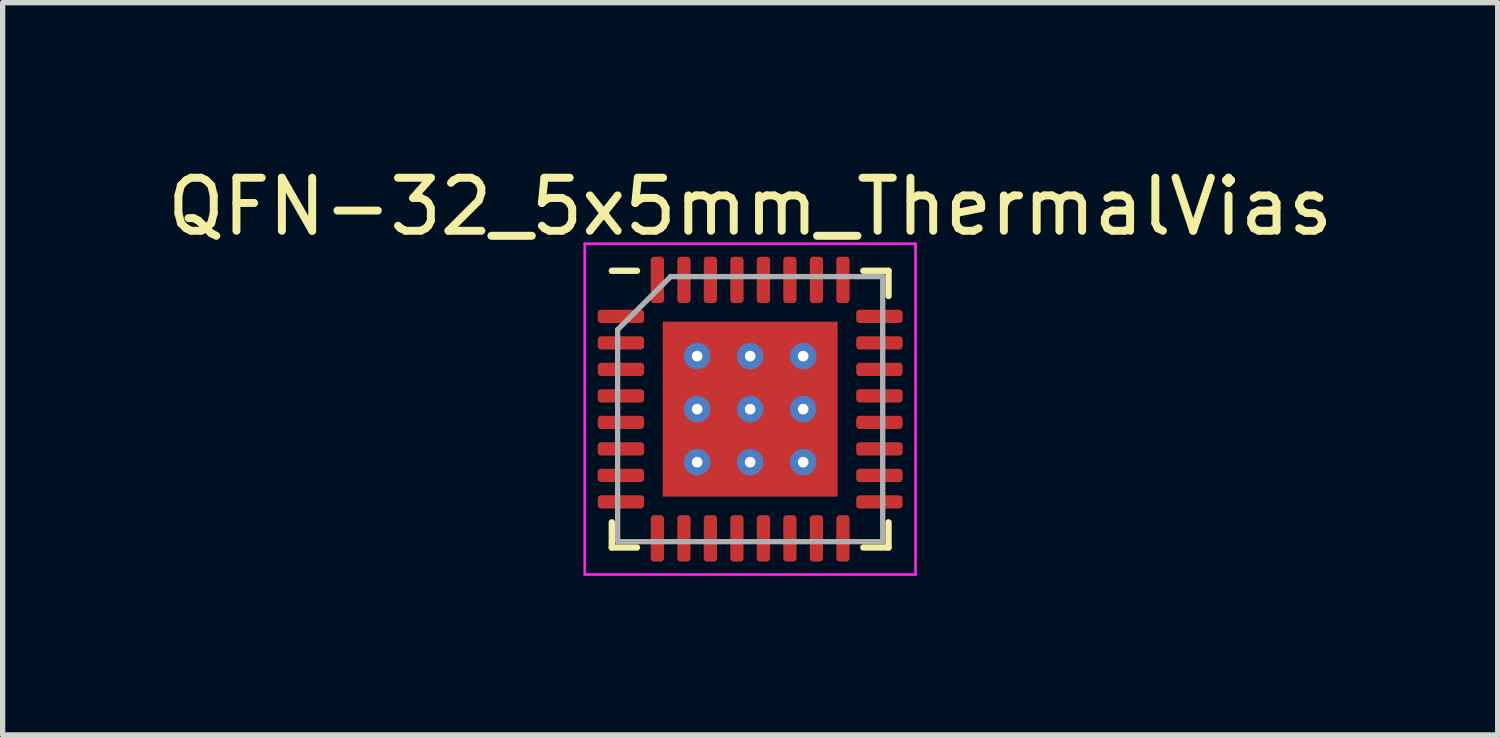
<source format=kicad_pcb>
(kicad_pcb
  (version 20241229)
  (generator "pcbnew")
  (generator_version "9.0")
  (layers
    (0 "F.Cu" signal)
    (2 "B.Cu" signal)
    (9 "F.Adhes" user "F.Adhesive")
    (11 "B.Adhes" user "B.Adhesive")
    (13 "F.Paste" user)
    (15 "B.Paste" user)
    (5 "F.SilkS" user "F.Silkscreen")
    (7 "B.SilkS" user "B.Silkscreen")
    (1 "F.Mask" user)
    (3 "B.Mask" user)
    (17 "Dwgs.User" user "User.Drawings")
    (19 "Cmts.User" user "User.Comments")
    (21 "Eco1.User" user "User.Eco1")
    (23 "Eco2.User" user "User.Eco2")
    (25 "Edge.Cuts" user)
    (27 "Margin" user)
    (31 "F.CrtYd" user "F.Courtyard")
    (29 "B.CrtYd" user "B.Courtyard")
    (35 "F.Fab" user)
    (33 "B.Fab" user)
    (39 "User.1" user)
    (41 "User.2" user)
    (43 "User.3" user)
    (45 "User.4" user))
  (footprint "QFN-32_5x5mm_ThermalVias"
    (layer "F.Cu")
    (at 11.101 4.668)
    (property "Reference" "QFN-32_5x5mm_ThermalVias" (at 0 -3.82 0) (layer "F.SilkS") (effects (font (size 1 1) (thickness 0.15))))
    (attr smd)
    (fp_line (start -2.61 2.61) (end -2.61 2.135) (stroke (width 0.12) (type solid)) (layer "F.SilkS"))
    (fp_line (start -2.135 -2.61) (end -2.61 -2.61) (stroke (width 0.12) (type solid)) (layer "F.SilkS"))
    (fp_line (start -2.135 2.61) (end -2.61 2.61) (stroke (width 0.12) (type solid)) (layer "F.SilkS"))
    (fp_line (start 2.135 -2.61) (end 2.61 -2.61) (stroke (width 0.12) (type solid)) (layer "F.SilkS"))
    (fp_line (start 2.135 2.61) (end 2.61 2.61) (stroke (width 0.12) (type solid)) (layer "F.SilkS"))
    (fp_line (start 2.61 -2.61) (end 2.61 -2.135) (stroke (width 0.12) (type solid)) (layer "F.SilkS"))
    (fp_line (start 2.61 2.61) (end 2.61 2.135) (stroke (width 0.12) (type solid)) (layer "F.SilkS"))
    (fp_line (start -3.12 -3.12) (end -3.12 3.12) (stroke (width 0.05) (type solid)) (layer "F.CrtYd"))
    (fp_line (start -3.12 3.12) (end 3.12 3.12) (stroke (width 0.05) (type solid)) (layer "F.CrtYd"))
    (fp_line (start 3.12 -3.12) (end -3.12 -3.12) (stroke (width 0.05) (type solid)) (layer "F.CrtYd"))
    (fp_line (start 3.12 3.12) (end 3.12 -3.12) (stroke (width 0.05) (type solid)) (layer "F.CrtYd"))
    (fp_line (start -2.5 -1.5) (end -1.5 -2.5) (stroke (width 0.1) (type solid)) (layer "F.Fab"))
    (fp_line (start -2.5 2.5) (end -2.5 -1.5) (stroke (width 0.1) (type solid)) (layer "F.Fab"))
    (fp_line (start -1.5 -2.5) (end 2.5 -2.5) (stroke (width 0.1) (type solid)) (layer "F.Fab"))
    (fp_line (start 2.5 -2.5) (end 2.5 2.5) (stroke (width 0.1) (type solid)) (layer "F.Fab"))
    (fp_line (start 2.5 2.5) (end -2.5 2.5) (stroke (width 0.1) (type solid)) (layer "F.Fab"))
    (pad "" smd custom (at -1.325 -1.325) (size 0.413 0.413) (layers "F.Paste") (options (anchor circle)) (primitives (gr_poly (pts (xy -0.151 -0.151) (xy 0.151 -0.151) (xy 0.151 0.059) (xy 0.059 0.151) (xy -0.151 0.151)) (width 0.222) (fill yes))))
    (pad "" smd custom (at -1.325 -0.5) (size 0.437 0.437) (layers "F.Paste") (options (anchor circle)) (primitives (gr_poly (pts (xy -0.175 -0.316) (xy 0.103 -0.316) (xy 0.175 -0.244) (xy 0.175 0.244) (xy 0.103 0.316) (xy -0.175 0.316)) (width 0.174) (fill yes))))
    (pad "" smd custom (at -1.325 0.5) (size 0.437 0.437) (layers "F.Paste") (options (anchor circle)) (primitives (gr_poly (pts (xy -0.175 -0.316) (xy 0.103 -0.316) (xy 0.175 -0.244) (xy 0.175 0.244) (xy 0.103 0.316) (xy -0.175 0.316)) (width 0.174) (fill yes))))
    (pad "" smd custom (at -1.325 1.325) (size 0.413 0.413) (layers "F.Paste") (options (anchor circle)) (primitives (gr_poly (pts (xy -0.151 -0.151) (xy 0.059 -0.151) (xy 0.151 -0.059) (xy 0.151 0.151) (xy -0.151 0.151)) (width 0.222) (fill yes))))
    (pad "" smd custom (at -0.5 -1.325) (size 0.437 0.437) (layers "F.Paste") (options (anchor circle)) (primitives (gr_poly (pts (xy -0.316 -0.175) (xy 0.316 -0.175) (xy 0.316 0.103) (xy 0.244 0.175) (xy -0.244 0.175) (xy -0.316 0.103)) (width 0.174) (fill yes))))
    (pad "" smd roundrect (at -0.5 -0.5) (size 0.806 0.806) (layers "F.Paste") (roundrect_rratio 0.25))
    (pad "" smd roundrect (at -0.5 0.5) (size 0.806 0.806) (layers "F.Paste") (roundrect_rratio 0.25))
    (pad "" smd custom (at -0.5 1.325) (size 0.437 0.437) (layers "F.Paste") (options (anchor circle)) (primitives (gr_poly (pts (xy -0.316 -0.103) (xy -0.244 -0.175) (xy 0.244 -0.175) (xy 0.316 -0.103) (xy 0.316 0.175) (xy -0.316 0.175)) (width 0.174) (fill yes))))
    (pad "" smd custom (at 0.5 -1.325) (size 0.437 0.437) (layers "F.Paste") (options (anchor circle)) (primitives (gr_poly (pts (xy -0.316 -0.175) (xy 0.316 -0.175) (xy 0.316 0.103) (xy 0.244 0.175) (xy -0.244 0.175) (xy -0.316 0.103)) (width 0.174) (fill yes))))
    (pad "" smd roundrect (at 0.5 -0.5) (size 0.806 0.806) (layers "F.Paste") (roundrect_rratio 0.25))
    (pad "" smd roundrect (at 0.5 0.5) (size 0.806 0.806) (layers "F.Paste") (roundrect_rratio 0.25))
    (pad "" smd custom (at 0.5 1.325) (size 0.437 0.437) (layers "F.Paste") (options (anchor circle)) (primitives (gr_poly (pts (xy -0.316 -0.103) (xy -0.244 -0.175) (xy 0.244 -0.175) (xy 0.316 -0.103) (xy 0.316 0.175) (xy -0.316 0.175)) (width 0.174) (fill yes))))
    (pad "" smd custom (at 1.325 -1.325) (size 0.413 0.413) (layers "F.Paste") (options (anchor circle)) (primitives (gr_poly (pts (xy -0.151 -0.151) (xy 0.151 -0.151) (xy 0.151 0.151) (xy -0.059 0.151) (xy -0.151 0.059)) (width 0.222) (fill yes))))
    (pad "" smd custom (at 1.325 -0.5) (size 0.437 0.437) (layers "F.Paste") (options (anchor circle)) (primitives (gr_poly (pts (xy -0.175 -0.244) (xy -0.103 -0.316) (xy 0.175 -0.316) (xy 0.175 0.316) (xy -0.103 0.316) (xy -0.175 0.244)) (width 0.174) (fill yes))))
    (pad "" smd custom (at 1.325 0.5) (size 0.437 0.437) (layers "F.Paste") (options (anchor circle)) (primitives (gr_poly (pts (xy -0.175 -0.244) (xy -0.103 -0.316) (xy 0.175 -0.316) (xy 0.175 0.316) (xy -0.103 0.316) (xy -0.175 0.244)) (width 0.174) (fill yes))))
    (pad "" smd custom (at 1.325 1.325) (size 0.413 0.413) (layers "F.Paste") (options (anchor circle)) (primitives (gr_poly (pts (xy -0.151 -0.059) (xy -0.059 -0.151) (xy 0.151 -0.151) (xy 0.151 0.151) (xy -0.151 0.151)) (width 0.222) (fill yes))))
    (pad "1" smd roundrect (at -2.438 -1.75) (size 0.875 0.25) (layers "F.Cu" "F.Mask" "F.Paste") (roundrect_rratio 0.25))
    (pad "2" smd roundrect (at -2.438 -1.25) (size 0.875 0.25) (layers "F.Cu" "F.Mask" "F.Paste") (roundrect_rratio 0.25))
    (pad "3" smd roundrect (at -2.438 -0.75) (size 0.875 0.25) (layers "F.Cu" "F.Mask" "F.Paste") (roundrect_rratio 0.25))
    (pad "4" smd roundrect (at -2.438 -0.25) (size 0.875 0.25) (layers "F.Cu" "F.Mask" "F.Paste") (roundrect_rratio 0.25))
    (pad "5" smd roundrect (at -2.438 0.25) (size 0.875 0.25) (layers "F.Cu" "F.Mask" "F.Paste") (roundrect_rratio 0.25))
    (pad "6" smd roundrect (at -2.438 0.75) (size 0.875 0.25) (layers "F.Cu" "F.Mask" "F.Paste") (roundrect_rratio 0.25))
    (pad "7" smd roundrect (at -2.438 1.25) (size 0.875 0.25) (layers "F.Cu" "F.Mask" "F.Paste") (roundrect_rratio 0.25))
    (pad "8" smd roundrect (at -2.438 1.75) (size 0.875 0.25) (layers "F.Cu" "F.Mask" "F.Paste") (roundrect_rratio 0.25))
    (pad "9" smd roundrect (at -1.75 2.438) (size 0.25 0.875) (layers "F.Cu" "F.Mask" "F.Paste") (roundrect_rratio 0.25))
    (pad "10" smd roundrect (at -1.25 2.438) (size 0.25 0.875) (layers "F.Cu" "F.Mask" "F.Paste") (roundrect_rratio 0.25))
    (pad "11" smd roundrect (at -0.75 2.438) (size 0.25 0.875) (layers "F.Cu" "F.Mask" "F.Paste") (roundrect_rratio 0.25))
    (pad "12" smd roundrect (at -0.25 2.438) (size 0.25 0.875) (layers "F.Cu" "F.Mask" "F.Paste") (roundrect_rratio 0.25))
    (pad "13" smd roundrect (at 0.25 2.438) (size 0.25 0.875) (layers "F.Cu" "F.Mask" "F.Paste") (roundrect_rratio 0.25))
    (pad "14" smd roundrect (at 0.75 2.438) (size 0.25 0.875) (layers "F.Cu" "F.Mask" "F.Paste") (roundrect_rratio 0.25))
    (pad "15" smd roundrect (at 1.25 2.438) (size 0.25 0.875) (layers "F.Cu" "F.Mask" "F.Paste") (roundrect_rratio 0.25))
    (pad "16" smd roundrect (at 1.75 2.438) (size 0.25 0.875) (layers "F.Cu" "F.Mask" "F.Paste") (roundrect_rratio 0.25))
    (pad "17" smd roundrect (at 2.438 1.75) (size 0.875 0.25) (layers "F.Cu" "F.Mask" "F.Paste") (roundrect_rratio 0.25))
    (pad "18" smd roundrect (at 2.438 1.25) (size 0.875 0.25) (layers "F.Cu" "F.Mask" "F.Paste") (roundrect_rratio 0.25))
    (pad "19" smd roundrect (at 2.438 0.75) (size 0.875 0.25) (layers "F.Cu" "F.Mask" "F.Paste") (roundrect_rratio 0.25))
    (pad "20" smd roundrect (at 2.438 0.25) (size 0.875 0.25) (layers "F.Cu" "F.Mask" "F.Paste") (roundrect_rratio 0.25))
    (pad "21" smd roundrect (at 2.438 -0.25) (size 0.875 0.25) (layers "F.Cu" "F.Mask" "F.Paste") (roundrect_rratio 0.25))
    (pad "22" smd roundrect (at 2.438 -0.75) (size 0.875 0.25) (layers "F.Cu" "F.Mask" "F.Paste") (roundrect_rratio 0.25))
    (pad "23" smd roundrect (at 2.438 -1.25) (size 0.875 0.25) (layers "F.Cu" "F.Mask" "F.Paste") (roundrect_rratio 0.25))
    (pad "24" smd roundrect (at 2.438 -1.75) (size 0.875 0.25) (layers "F.Cu" "F.Mask" "F.Paste") (roundrect_rratio 0.25))
    (pad "25" smd roundrect (at 1.75 -2.438) (size 0.25 0.875) (layers "F.Cu" "F.Mask" "F.Paste") (roundrect_rratio 0.25))
    (pad "26" smd roundrect (at 1.25 -2.438) (size 0.25 0.875) (layers "F.Cu" "F.Mask" "F.Paste") (roundrect_rratio 0.25))
    (pad "27" smd roundrect (at 0.75 -2.438) (size 0.25 0.875) (layers "F.Cu" "F.Mask" "F.Paste") (roundrect_rratio 0.25))
    (pad "28" smd roundrect (at 0.25 -2.438) (size 0.25 0.875) (layers "F.Cu" "F.Mask" "F.Paste") (roundrect_rratio 0.25))
    (pad "29" smd roundrect (at -0.25 -2.438) (size 0.25 0.875) (layers "F.Cu" "F.Mask" "F.Paste") (roundrect_rratio 0.25))
    (pad "30" smd roundrect (at -0.75 -2.438) (size 0.25 0.875) (layers "F.Cu" "F.Mask" "F.Paste") (roundrect_rratio 0.25))
    (pad "31" smd roundrect (at -1.25 -2.438) (size 0.25 0.875) (layers "F.Cu" "F.Mask" "F.Paste") (roundrect_rratio 0.25))
    (pad "32" smd roundrect (at -1.75 -2.438) (size 0.25 0.875) (layers "F.Cu" "F.Mask" "F.Paste") (roundrect_rratio 0.25))
    (pad "33" thru_hole circle (at -1 -1) (size 0.5 0.5) (drill 0.2) (layers "*.Cu"))
    (pad "33" thru_hole circle (at -1 0) (size 0.5 0.5) (drill 0.2) (layers "*.Cu"))
    (pad "33" thru_hole circle (at -1 1) (size 0.5 0.5) (drill 0.2) (layers "*.Cu"))
    (pad "33" thru_hole circle (at 0 -1) (size 0.5 0.5) (drill 0.2) (layers "*.Cu"))
    (pad "33" thru_hole circle (at 0 0) (size 0.5 0.5) (drill 0.2) (layers "*.Cu"))
    (pad "33" smd rect (at 0 0) (size 3.3 3.3) (layers "F.Cu" "F.Mask"))
    (pad "33" thru_hole circle (at 0 1) (size 0.5 0.5) (drill 0.2) (layers "*.Cu"))
    (pad "33" thru_hole circle (at 1 -1) (size 0.5 0.5) (drill 0.2) (layers "*.Cu"))
    (pad "33" thru_hole circle (at 1 0) (size 0.5 0.5) (drill 0.2) (layers "*.Cu"))
    (pad "33" thru_hole circle (at 1 1) (size 0.5 0.5) (drill 0.2) (layers "*.Cu")))
  (gr_rect
    (start -3 -3)
    (end 25.202 10.813)
    (stroke (width 0.1) (type default))
    (fill no)
    (layer "Edge.Cuts")))
</source>
